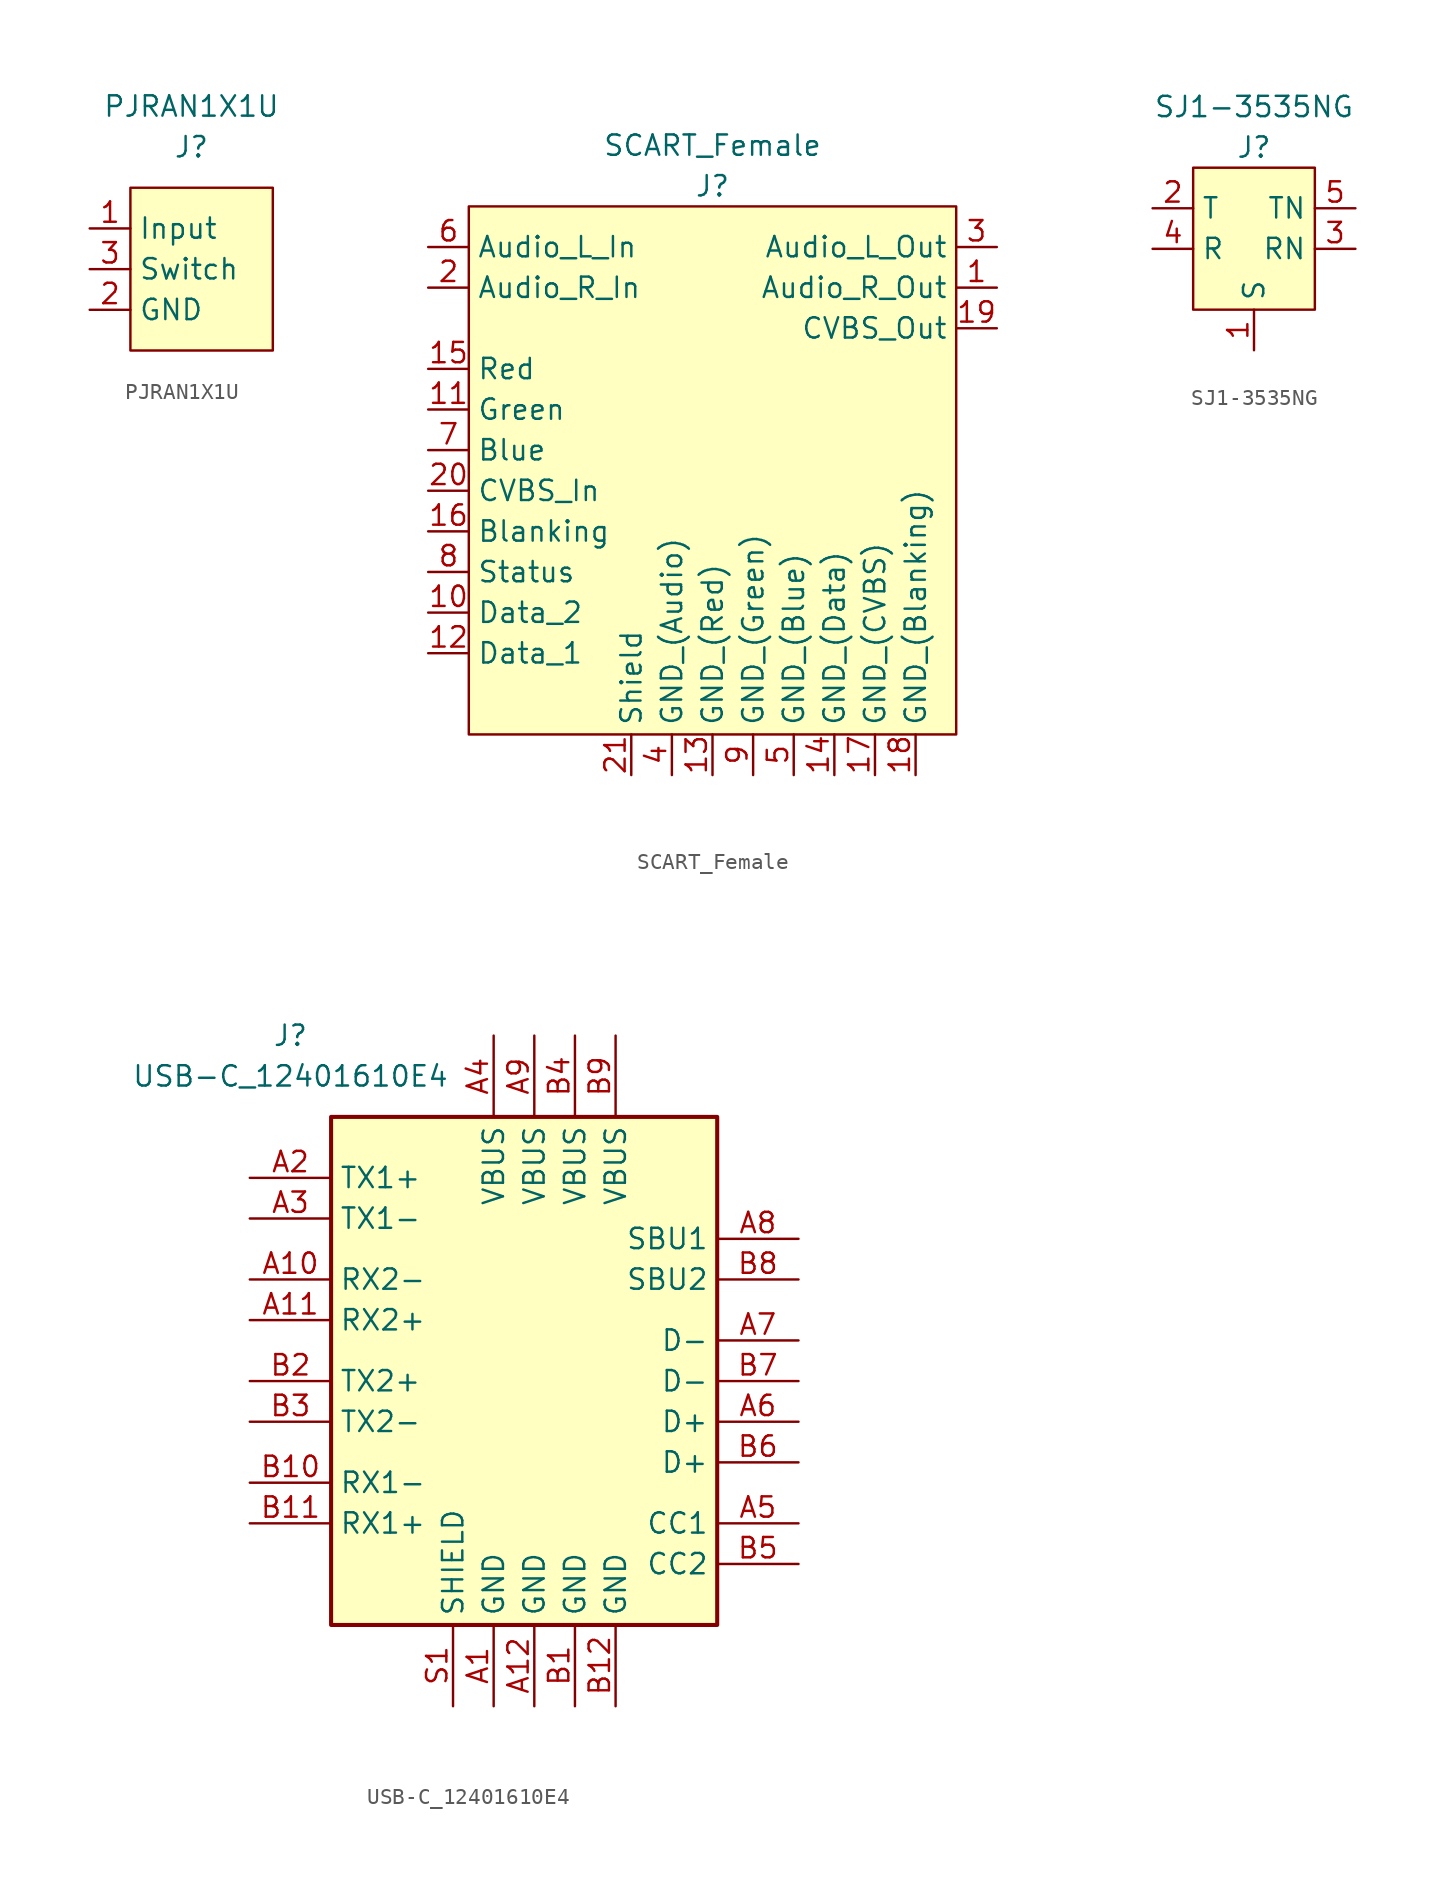
<source format=kicad_sym>
(kicad_symbol_lib
  (version 20211014)
  (generator kicad_symbol_editor)
  (symbol "PJRAN1X1U"
    (property "Reference" "J"
      (at 0 7.62 0)
      (effects (font (size 1.27 1.27))))
    (property "Value" "PJRAN1X1U"
      (at 0 10.16 0)
      (effects (font (size 1.27 1.27))))
    (symbol "PJRAN1X1U_0_1"
      (rectangle (start -3.81 5.08) (end 5.08 -5.08) (stroke (width 0) (type default) (color 0 0 0 0)) (fill (type background))))
    (symbol "PJRAN1X1U_1_1"
      (pin input line (at -6.35 2.54 0) (length 2.54) (name "Input" (effects (font (size 1.27 1.27)))) (number "1" (effects (font (size 1.27 1.27)))))
      (pin passive line (at -6.35 -2.54 0) (length 2.54) (name "GND" (effects (font (size 1.27 1.27)))) (number "2" (effects (font (size 1.27 1.27)))))
      (pin output line (at -6.35 0 0) (length 2.54) (name "Switch" (effects (font (size 1.27 1.27)))) (number "3" (effects (font (size 1.27 1.27)))))))
  (symbol "SCART_Female"
    (property "Reference" "J"
      (at 0 16.51 0)
      (effects (font (size 1.27 1.27))))
    (property "Value" "SCART_Female"
      (at 0 19.05 0)
      (effects (font (size 1.27 1.27))))
    (symbol "SCART_Female_0_1"
      (rectangle (start -15.24 15.24) (end 15.24 -17.78) (stroke (width 0) (type default) (color 0 0 0 0)) (fill (type background))))
    (symbol "SCART_Female_1_1"
      (pin output line (at 17.78 10.16 180) (length 2.54) (name "Audio_R_Out" (effects (font (size 1.27 1.27)))) (number "1" (effects (font (size 1.27 1.27)))))
      (pin input line (at -17.78 -10.16 0) (length 2.54) (name "Data_2" (effects (font (size 1.27 1.27)))) (number "10" (effects (font (size 1.27 1.27)))))
      (pin input line (at -17.78 2.54 0) (length 2.54) (name "Green" (effects (font (size 1.27 1.27)))) (number "11" (effects (font (size 1.27 1.27)))))
      (pin input line (at -17.78 -12.7 0) (length 2.54) (name "Data_1" (effects (font (size 1.27 1.27)))) (number "12" (effects (font (size 1.27 1.27)))))
      (pin passive line (at 0 -20.32 90) (length 2.54) (name "GND_(Red)" (effects (font (size 1.27 1.27)))) (number "13" (effects (font (size 1.27 1.27)))))
      (pin passive line (at 7.62 -20.32 90) (length 2.54) (name "GND_(Data)" (effects (font (size 1.27 1.27)))) (number "14" (effects (font (size 1.27 1.27)))))
      (pin input line (at -17.78 5.08 0) (length 2.54) (name "Red" (effects (font (size 1.27 1.27)))) (number "15" (effects (font (size 1.27 1.27)))))
      (pin input line (at -17.78 -5.08 0) (length 2.54) (name "Blanking" (effects (font (size 1.27 1.27)))) (number "16" (effects (font (size 1.27 1.27)))))
      (pin passive line (at 10.16 -20.32 90) (length 2.54) (name "GND_(CVBS)" (effects (font (size 1.27 1.27)))) (number "17" (effects (font (size 1.27 1.27)))))
      (pin passive line (at 12.7 -20.32 90) (length 2.54) (name "GND_(Blanking)" (effects (font (size 1.27 1.27)))) (number "18" (effects (font (size 1.27 1.27)))))
      (pin output line (at 17.78 7.62 180) (length 2.54) (name "CVBS_Out" (effects (font (size 1.27 1.27)))) (number "19" (effects (font (size 1.27 1.27)))))
      (pin input line (at -17.78 10.16 0) (length 2.54) (name "Audio_R_In" (effects (font (size 1.27 1.27)))) (number "2" (effects (font (size 1.27 1.27)))))
      (pin input line (at -17.78 -2.54 0) (length 2.54) (name "CVBS_In" (effects (font (size 1.27 1.27)))) (number "20" (effects (font (size 1.27 1.27)))))
      (pin passive line (at -5.08 -20.32 90) (length 2.54) (name "Shield" (effects (font (size 1.27 1.27)))) (number "21" (effects (font (size 1.27 1.27)))))
      (pin output line (at 17.78 12.7 180) (length 2.54) (name "Audio_L_Out" (effects (font (size 1.27 1.27)))) (number "3" (effects (font (size 1.27 1.27)))))
      (pin passive line (at -2.54 -20.32 90) (length 2.54) (name "GND_(Audio)" (effects (font (size 1.27 1.27)))) (number "4" (effects (font (size 1.27 1.27)))))
      (pin passive line (at 5.08 -20.32 90) (length 2.54) (name "GND_(Blue)" (effects (font (size 1.27 1.27)))) (number "5" (effects (font (size 1.27 1.27)))))
      (pin input line (at -17.78 12.7 0) (length 2.54) (name "Audio_L_In" (effects (font (size 1.27 1.27)))) (number "6" (effects (font (size 1.27 1.27)))))
      (pin input line (at -17.78 0 0) (length 2.54) (name "Blue" (effects (font (size 1.27 1.27)))) (number "7" (effects (font (size 1.27 1.27)))))
      (pin input line (at -17.78 -7.62 0) (length 2.54) (name "Status" (effects (font (size 1.27 1.27)))) (number "8" (effects (font (size 1.27 1.27)))))
      (pin passive line (at 2.54 -20.32 90) (length 2.54) (name "GND_(Green)" (effects (font (size 1.27 1.27)))) (number "9" (effects (font (size 1.27 1.27)))))))
  (symbol "SJ1-3535NG"
    (property "Reference" "J"
      (at 0 6.35 0)
      (effects (font (size 1.27 1.27))))
    (property "Value" "SJ1-3535NG"
      (at 0 8.89 0)
      (effects (font (size 1.27 1.27))))
    (symbol "SJ1-3535NG_0_1"
      (rectangle (start -3.81 5.08) (end 3.81 -3.81) (stroke (width 0) (type default) (color 0 0 0 0)) (fill (type background))))
    (symbol "SJ1-3535NG_1_1"
      (pin passive line (at 0 -6.35 90) (length 2.54) (name "S" (effects (font (size 1.27 1.27)))) (number "1" (effects (font (size 1.27 1.27)))))
      (pin input line (at -6.35 2.54 0) (length 2.54) (name "T" (effects (font (size 1.27 1.27)))) (number "2" (effects (font (size 1.27 1.27)))))
      (pin output line (at 6.35 0 180) (length 2.54) (name "RN" (effects (font (size 1.27 1.27)))) (number "3" (effects (font (size 1.27 1.27)))))
      (pin input line (at -6.35 0 0) (length 2.54) (name "R" (effects (font (size 1.27 1.27)))) (number "4" (effects (font (size 1.27 1.27)))))
      (pin output line (at 6.35 2.54 180) (length 2.54) (name "TN" (effects (font (size 1.27 1.27)))) (number "5" (effects (font (size 1.27 1.27)))))))
  (symbol "USB-C_12401610E4"
    (property "Reference" "J"
      (at -15.24 20.32 0)
      (effects (font (size 1.27 1.27))))
    (property "Value" "USB-C_12401610E4"
      (at -15.24 17.78 0)
      (effects (font (size 1.27 1.27))))
    (symbol "USB-C_12401610E4_0_1"
      (rectangle (start -12.7 15.24) (end 11.43 -16.51) (stroke (width 0.254) (type default) (color 0 0 0 0)) (fill (type background))))
    (symbol "USB-C_12401610E4_1_1"
      (pin passive line (at -2.54 -21.59 90) (length 5.08) (name "GND" (effects (font (size 1.27 1.27)))) (number "A1" (effects (font (size 1.27 1.27)))))
      (pin bidirectional line (at -17.78 5.08 0) (length 5.08) (name "RX2-" (effects (font (size 1.27 1.27)))) (number "A10" (effects (font (size 1.27 1.27)))))
      (pin bidirectional line (at -17.78 2.54 0) (length 5.08) (name "RX2+" (effects (font (size 1.27 1.27)))) (number "A11" (effects (font (size 1.27 1.27)))))
      (pin passive line (at 0 -21.59 90) (length 5.08) (name "GND" (effects (font (size 1.27 1.27)))) (number "A12" (effects (font (size 1.27 1.27)))))
      (pin bidirectional line (at -17.78 11.43 0) (length 5.08) (name "TX1+" (effects (font (size 1.27 1.27)))) (number "A2" (effects (font (size 1.27 1.27)))))
      (pin bidirectional line (at -17.78 8.89 0) (length 5.08) (name "TX1-" (effects (font (size 1.27 1.27)))) (number "A3" (effects (font (size 1.27 1.27)))))
      (pin passive line (at -2.54 20.32 270) (length 5.08) (name "VBUS" (effects (font (size 1.27 1.27)))) (number "A4" (effects (font (size 1.27 1.27)))))
      (pin bidirectional line (at 16.51 -10.16 180) (length 5.08) (name "CC1" (effects (font (size 1.27 1.27)))) (number "A5" (effects (font (size 1.27 1.27)))))
      (pin bidirectional line (at 16.51 -3.81 180) (length 5.08) (name "D+" (effects (font (size 1.27 1.27)))) (number "A6" (effects (font (size 1.27 1.27)))))
      (pin bidirectional line (at 16.51 1.27 180) (length 5.08) (name "D-" (effects (font (size 1.27 1.27)))) (number "A7" (effects (font (size 1.27 1.27)))))
      (pin bidirectional line (at 16.51 7.62 180) (length 5.08) (name "SBU1" (effects (font (size 1.27 1.27)))) (number "A8" (effects (font (size 1.27 1.27)))))
      (pin passive line (at 0 20.32 270) (length 5.08) (name "VBUS" (effects (font (size 1.27 1.27)))) (number "A9" (effects (font (size 1.27 1.27)))))
      (pin passive line (at 2.54 -21.59 90) (length 5.08) (name "GND" (effects (font (size 1.27 1.27)))) (number "B1" (effects (font (size 1.27 1.27)))))
      (pin bidirectional line (at -17.78 -7.62 0) (length 5.08) (name "RX1-" (effects (font (size 1.27 1.27)))) (number "B10" (effects (font (size 1.27 1.27)))))
      (pin bidirectional line (at -17.78 -10.16 0) (length 5.08) (name "RX1+" (effects (font (size 1.27 1.27)))) (number "B11" (effects (font (size 1.27 1.27)))))
      (pin passive line (at 5.08 -21.59 90) (length 5.08) (name "GND" (effects (font (size 1.27 1.27)))) (number "B12" (effects (font (size 1.27 1.27)))))
      (pin bidirectional line (at -17.78 -1.27 0) (length 5.08) (name "TX2+" (effects (font (size 1.27 1.27)))) (number "B2" (effects (font (size 1.27 1.27)))))
      (pin bidirectional line (at -17.78 -3.81 0) (length 5.08) (name "TX2-" (effects (font (size 1.27 1.27)))) (number "B3" (effects (font (size 1.27 1.27)))))
      (pin passive line (at 2.54 20.32 270) (length 5.08) (name "VBUS" (effects (font (size 1.27 1.27)))) (number "B4" (effects (font (size 1.27 1.27)))))
      (pin bidirectional line (at 16.51 -12.7 180) (length 5.08) (name "CC2" (effects (font (size 1.27 1.27)))) (number "B5" (effects (font (size 1.27 1.27)))))
      (pin bidirectional line (at 16.51 -6.35 180) (length 5.08) (name "D+" (effects (font (size 1.27 1.27)))) (number "B6" (effects (font (size 1.27 1.27)))))
      (pin bidirectional line (at 16.51 -1.27 180) (length 5.08) (name "D-" (effects (font (size 1.27 1.27)))) (number "B7" (effects (font (size 1.27 1.27)))))
      (pin bidirectional line (at 16.51 5.08 180) (length 5.08) (name "SBU2" (effects (font (size 1.27 1.27)))) (number "B8" (effects (font (size 1.27 1.27)))))
      (pin passive line (at 5.08 20.32 270) (length 5.08) (name "VBUS" (effects (font (size 1.27 1.27)))) (number "B9" (effects (font (size 1.27 1.27)))))
      (pin passive line (at -5.08 -21.59 90) (length 5.08) (name "SHIELD" (effects (font (size 1.27 1.27)))) (number "S1" (effects (font (size 1.27 1.27))))))))
</source>
